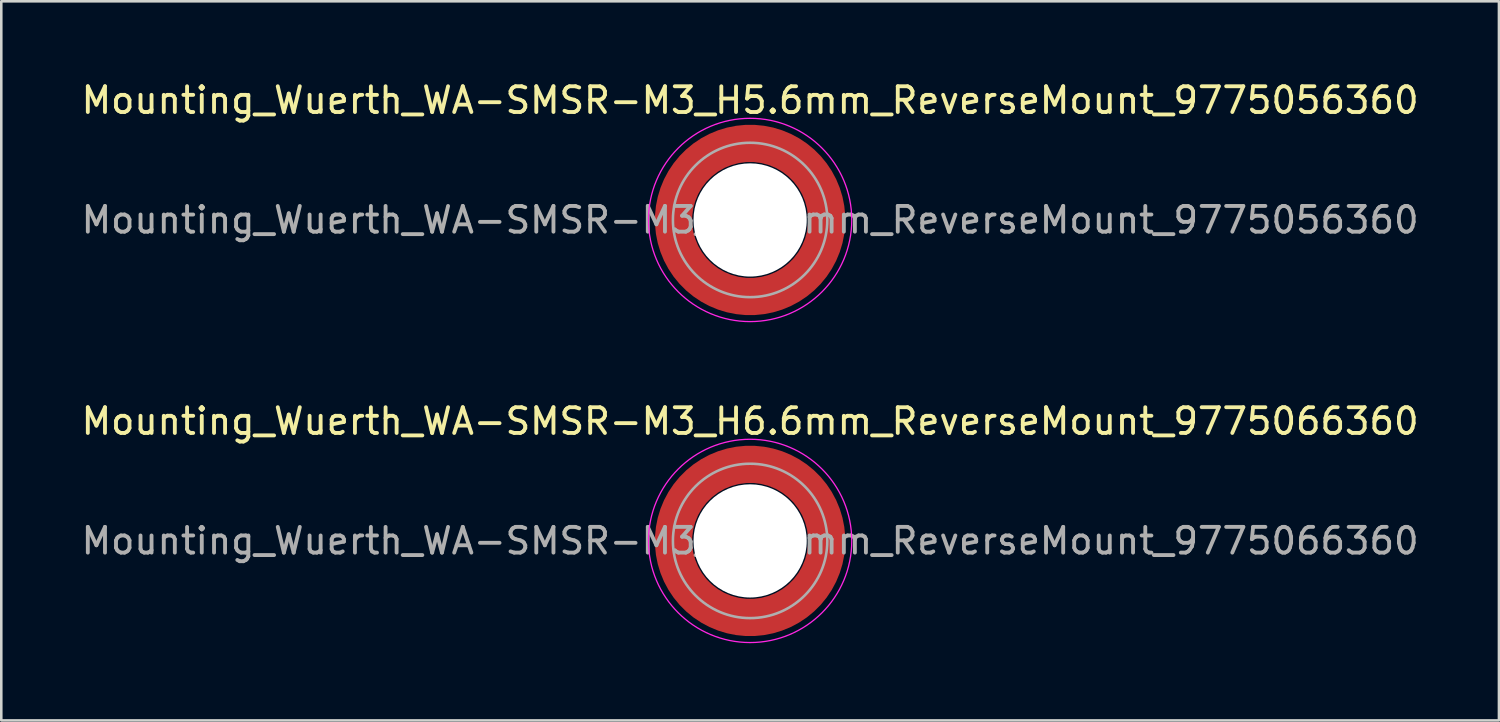
<source format=kicad_pcb>
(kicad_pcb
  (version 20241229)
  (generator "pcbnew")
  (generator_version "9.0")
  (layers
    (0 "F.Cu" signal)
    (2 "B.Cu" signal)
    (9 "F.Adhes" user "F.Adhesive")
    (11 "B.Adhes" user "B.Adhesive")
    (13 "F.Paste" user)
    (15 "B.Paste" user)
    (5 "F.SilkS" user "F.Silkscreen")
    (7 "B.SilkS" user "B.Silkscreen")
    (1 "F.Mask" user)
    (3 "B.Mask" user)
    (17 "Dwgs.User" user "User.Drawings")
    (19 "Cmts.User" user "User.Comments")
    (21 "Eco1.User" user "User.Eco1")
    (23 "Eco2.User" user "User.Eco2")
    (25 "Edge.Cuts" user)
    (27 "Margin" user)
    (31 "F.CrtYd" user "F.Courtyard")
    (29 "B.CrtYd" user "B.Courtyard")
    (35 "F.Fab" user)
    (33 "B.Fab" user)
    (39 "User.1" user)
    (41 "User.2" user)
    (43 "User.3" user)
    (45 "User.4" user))
  (footprint "Mounting_Wuerth_WA-SMSR-M3_H5.6mm_ReverseMount_9775056360"
    (layer "F.Cu")
    (at 26.101 5.498)
    (property "Reference" "Mounting_Wuerth_WA-SMSR-M3_H5.6mm_ReverseMount_9775056360" (at 0 -4.65 0) (layer "F.SilkS") (effects (font (size 1 1) (thickness 0.15))))
    (attr smd allow_soldermask_bridges)
    (fp_circle (center 0 0) (end 3.95 0) (stroke (width 0.05) (type solid)) (fill no) (layer "F.CrtYd"))
    (fp_circle (center 0 0) (end 3 0) (stroke (width 0.1) (type solid)) (fill no) (layer "F.Fab"))
    (fp_text user "${REFERENCE}" (at 0 0 0) (layer "F.Fab") (effects (font (size 1 1) (thickness 0.15))))
    (pad "" smd custom (at -2.095 -2.095) (size 0.672 0.672) (layers "F.Paste") (options (anchor circle)) (primitives (gr_arc (start -0.24231 1.594804) (mid 0.404819 0.404819) (end 1.594804 -0.24231) (width 0.2)) (gr_arc (start -0.3398 1.594804) (mid 0.337349 0.337349) (end 1.594804 -0.3398) (width 0.2)) (gr_arc (start -0.437132 1.594804) (mid 0.269879 0.269879) (end 1.594804 -0.437132) (width 0.2)) (gr_arc (start -0.534324 1.594804) (mid 0.202409 0.202409) (end 1.594804 -0.534324) (width 0.2)) (gr_arc (start -0.631391 1.594804) (mid 0.13494 0.13494) (end 1.594804 -0.631391) (width 0.2)) (gr_arc (start -0.728345 1.594804) (mid 0.06747 0.06747) (end 1.594804 -0.728345) (width 0.2)) (gr_arc (start -0.825197 1.594804) (mid 0 0) (end 1.594804 -0.825197) (width 0.2)) (gr_arc (start -0.921958 1.594804) (mid -0.06747 -0.06747) (end 1.594804 -0.921958) (width 0.2)) (gr_arc (start -1.018637 1.594804) (mid -0.13494 -0.13494) (end 1.594804 -1.018637) (width 0.2)) (gr_arc (start -1.115239 1.594804) (mid -0.202409 -0.202409) (end 1.594804 -1.115239) (width 0.2)) (gr_arc (start -1.211773 1.594804) (mid -0.269879 -0.269879) (end 1.594804 -1.211773) (width 0.2)) (gr_arc (start -1.308244 1.594804) (mid -0.337349 -0.337349) (end 1.594804 -1.308244) (width 0.2)) (gr_arc (start -1.404657 1.594804) (mid -0.404819 -0.404819) (end 1.594804 -1.404657) (width 0.2)) (gr_arc (start -1.404657 1.594804) (mid -0.404819 -0.404819) (end 1.594804 -1.404657) (width 0.2)) (gr_line (start 1.595 -0.242) (end 1.595 -1.405) (width 0.2)) (gr_line (start -0.242 1.595) (end -1.405 1.595) (width 0.2))))
    (pad "" smd custom (at -2.095 2.095) (size 0.672 0.672) (layers "F.Paste") (options (anchor circle)) (primitives (gr_arc (start 1.594804 0.24231) (mid 0.404819 -0.404819) (end -0.24231 -1.594804) (width 0.2)) (gr_arc (start 1.594804 0.3398) (mid 0.337349 -0.337349) (end -0.3398 -1.594804) (width 0.2)) (gr_arc (start 1.594804 0.437132) (mid 0.269879 -0.269879) (end -0.437132 -1.594804) (width 0.2)) (gr_arc (start 1.594804 0.534324) (mid 0.202409 -0.202409) (end -0.534324 -1.594804) (width 0.2)) (gr_arc (start 1.594804 0.631391) (mid 0.13494 -0.13494) (end -0.631391 -1.594804) (width 0.2)) (gr_arc (start 1.594804 0.728345) (mid 0.06747 -0.06747) (end -0.728345 -1.594804) (width 0.2)) (gr_arc (start 1.594804 0.825197) (mid 0 0) (end -0.825197 -1.594804) (width 0.2)) (gr_arc (start 1.594804 0.921958) (mid -0.06747 0.06747) (end -0.921958 -1.594804) (width 0.2)) (gr_arc (start 1.594804 1.018637) (mid -0.13494 0.13494) (end -1.018637 -1.594804) (width 0.2)) (gr_arc (start 1.594804 1.115239) (mid -0.202409 0.202409) (end -1.115239 -1.594804) (width 0.2)) (gr_arc (start 1.594804 1.211773) (mid -0.269879 0.269879) (end -1.211773 -1.594804) (width 0.2)) (gr_arc (start 1.594804 1.308244) (mid -0.337349 0.337349) (end -1.308244 -1.594804) (width 0.2)) (gr_arc (start 1.594804 1.404657) (mid -0.404819 0.404819) (end -1.404657 -1.594804) (width 0.2)) (gr_arc (start 1.594804 1.404657) (mid -0.404819 0.404819) (end -1.404657 -1.594804) (width 0.2)) (gr_line (start -0.242 -1.595) (end -1.405 -1.595) (width 0.2)) (gr_line (start 1.595 0.242) (end 1.595 1.405) (width 0.2))))
    (pad "" np_thru_hole circle (at 0 0) (size 4.4 4.4) (drill 4.4) (layers "*.Cu" "*.Mask"))
    (pad "" smd custom (at 2.095 -2.095) (size 0.672 0.672) (layers "F.Paste") (options (anchor circle)) (primitives (gr_arc (start -1.594804 -0.24231) (mid -0.404819 0.404819) (end 0.24231 1.594804) (width 0.2)) (gr_arc (start -1.594804 -0.3398) (mid -0.337349 0.337349) (end 0.3398 1.594804) (width 0.2)) (gr_arc (start -1.594804 -0.437132) (mid -0.269879 0.269879) (end 0.437132 1.594804) (width 0.2)) (gr_arc (start -1.594804 -0.534324) (mid -0.202409 0.202409) (end 0.534324 1.594804) (width 0.2)) (gr_arc (start -1.594804 -0.631391) (mid -0.13494 0.13494) (end 0.631391 1.594804) (width 0.2)) (gr_arc (start -1.594804 -0.728345) (mid -0.06747 0.06747) (end 0.728345 1.594804) (width 0.2)) (gr_arc (start -1.594804 -0.825197) (mid 0 0) (end 0.825197 1.594804) (width 0.2)) (gr_arc (start -1.594804 -0.921958) (mid 0.06747 -0.06747) (end 0.921958 1.594804) (width 0.2)) (gr_arc (start -1.594804 -1.018637) (mid 0.13494 -0.13494) (end 1.018637 1.594804) (width 0.2)) (gr_arc (start -1.594804 -1.115239) (mid 0.202409 -0.202409) (end 1.115239 1.594804) (width 0.2)) (gr_arc (start -1.594804 -1.211773) (mid 0.269879 -0.269879) (end 1.211773 1.594804) (width 0.2)) (gr_arc (start -1.594804 -1.308244) (mid 0.337349 -0.337349) (end 1.308244 1.594804) (width 0.2)) (gr_arc (start -1.594804 -1.404657) (mid 0.404819 -0.404819) (end 1.404657 1.594804) (width 0.2)) (gr_arc (start -1.594804 -1.404657) (mid 0.404819 -0.404819) (end 1.404657 1.594804) (width 0.2)) (gr_line (start 0.242 1.595) (end 1.405 1.595) (width 0.2)) (gr_line (start -1.595 -0.242) (end -1.595 -1.405) (width 0.2))))
    (pad "" smd custom (at 2.095 2.095) (size 0.672 0.672) (layers "F.Paste") (options (anchor circle)) (primitives (gr_arc (start 0.24231 -1.594804) (mid -0.404819 -0.404819) (end -1.594804 0.24231) (width 0.2)) (gr_arc (start 0.3398 -1.594804) (mid -0.337349 -0.337349) (end -1.594804 0.3398) (width 0.2)) (gr_arc (start 0.437132 -1.594804) (mid -0.269879 -0.269879) (end -1.594804 0.437132) (width 0.2)) (gr_arc (start 0.534324 -1.594804) (mid -0.202409 -0.202409) (end -1.594804 0.534324) (width 0.2)) (gr_arc (start 0.631391 -1.594804) (mid -0.13494 -0.13494) (end -1.594804 0.631391) (width 0.2)) (gr_arc (start 0.728345 -1.594804) (mid -0.06747 -0.06747) (end -1.594804 0.728345) (width 0.2)) (gr_arc (start 0.825197 -1.594804) (mid 0 0) (end -1.594804 0.825197) (width 0.2)) (gr_arc (start 0.921958 -1.594804) (mid 0.06747 0.06747) (end -1.594804 0.921958) (width 0.2)) (gr_arc (start 1.018637 -1.594804) (mid 0.13494 0.13494) (end -1.594804 1.018637) (width 0.2)) (gr_arc (start 1.115239 -1.594804) (mid 0.202409 0.202409) (end -1.594804 1.115239) (width 0.2)) (gr_arc (start 1.211773 -1.594804) (mid 0.269879 0.269879) (end -1.594804 1.211773) (width 0.2)) (gr_arc (start 1.308244 -1.594804) (mid 0.337349 0.337349) (end -1.594804 1.308244) (width 0.2)) (gr_arc (start 1.404657 -1.594804) (mid 0.404819 0.404819) (end -1.594804 1.404657) (width 0.2)) (gr_arc (start 1.404657 -1.594804) (mid 0.404819 0.404819) (end -1.594804 1.404657) (width 0.2)) (gr_line (start -1.595 0.242) (end -1.595 1.405) (width 0.2)) (gr_line (start 0.242 -1.595) (end 1.405 -1.595) (width 0.2))))
    (pad "1" smd circle (at -2.975 0) (size 0.942 0.942) (layers "F.Cu"))
    (pad "1" smd circle (at 0 -2.975) (size 0.942 0.942) (layers "F.Cu"))
    (pad "1" smd circle (at 0 2.975) (size 0.942 0.942) (layers "F.Cu"))
    (pad "1" smd custom (at 2.975 0) (size 1.45 1.45) (layers "F.Cu" "F.Mask") (options (anchor circle)) (primitives (gr_circle (center -2.975 0) (end 0 0) (width 1.45) (fill no)))))
  (footprint "Mounting_Wuerth_WA-SMSR-M3_H6.6mm_ReverseMount_9775066360"
    (layer "F.Cu")
    (at 26.101 17.971)
    (property "Reference" "Mounting_Wuerth_WA-SMSR-M3_H6.6mm_ReverseMount_9775066360" (at 0 -4.65 0) (layer "F.SilkS") (effects (font (size 1 1) (thickness 0.15))))
    (attr smd allow_soldermask_bridges)
    (fp_circle (center 0 0) (end 3.95 0) (stroke (width 0.05) (type solid)) (fill no) (layer "F.CrtYd"))
    (fp_circle (center 0 0) (end 3 0) (stroke (width 0.1) (type solid)) (fill no) (layer "F.Fab"))
    (fp_text user "${REFERENCE}" (at 0 0 0) (layer "F.Fab") (effects (font (size 1 1) (thickness 0.15))))
    (pad "" smd custom (at -2.095 -2.095) (size 0.672 0.672) (layers "F.Paste") (options (anchor circle)) (primitives (gr_arc (start -0.24231 1.594804) (mid 0.404819 0.404819) (end 1.594804 -0.24231) (width 0.2)) (gr_arc (start -0.3398 1.594804) (mid 0.337349 0.337349) (end 1.594804 -0.3398) (width 0.2)) (gr_arc (start -0.437132 1.594804) (mid 0.269879 0.269879) (end 1.594804 -0.437132) (width 0.2)) (gr_arc (start -0.534324 1.594804) (mid 0.202409 0.202409) (end 1.594804 -0.534324) (width 0.2)) (gr_arc (start -0.631391 1.594804) (mid 0.13494 0.13494) (end 1.594804 -0.631391) (width 0.2)) (gr_arc (start -0.728345 1.594804) (mid 0.06747 0.06747) (end 1.594804 -0.728345) (width 0.2)) (gr_arc (start -0.825197 1.594804) (mid 0 0) (end 1.594804 -0.825197) (width 0.2)) (gr_arc (start -0.921958 1.594804) (mid -0.06747 -0.06747) (end 1.594804 -0.921958) (width 0.2)) (gr_arc (start -1.018637 1.594804) (mid -0.13494 -0.13494) (end 1.594804 -1.018637) (width 0.2)) (gr_arc (start -1.115239 1.594804) (mid -0.202409 -0.202409) (end 1.594804 -1.115239) (width 0.2)) (gr_arc (start -1.211773 1.594804) (mid -0.269879 -0.269879) (end 1.594804 -1.211773) (width 0.2)) (gr_arc (start -1.308244 1.594804) (mid -0.337349 -0.337349) (end 1.594804 -1.308244) (width 0.2)) (gr_arc (start -1.404657 1.594804) (mid -0.404819 -0.404819) (end 1.594804 -1.404657) (width 0.2)) (gr_arc (start -1.404657 1.594804) (mid -0.404819 -0.404819) (end 1.594804 -1.404657) (width 0.2)) (gr_line (start 1.595 -0.242) (end 1.595 -1.405) (width 0.2)) (gr_line (start -0.242 1.595) (end -1.405 1.595) (width 0.2))))
    (pad "" smd custom (at -2.095 2.095) (size 0.672 0.672) (layers "F.Paste") (options (anchor circle)) (primitives (gr_arc (start 1.594804 0.24231) (mid 0.404819 -0.404819) (end -0.24231 -1.594804) (width 0.2)) (gr_arc (start 1.594804 0.3398) (mid 0.337349 -0.337349) (end -0.3398 -1.594804) (width 0.2)) (gr_arc (start 1.594804 0.437132) (mid 0.269879 -0.269879) (end -0.437132 -1.594804) (width 0.2)) (gr_arc (start 1.594804 0.534324) (mid 0.202409 -0.202409) (end -0.534324 -1.594804) (width 0.2)) (gr_arc (start 1.594804 0.631391) (mid 0.13494 -0.13494) (end -0.631391 -1.594804) (width 0.2)) (gr_arc (start 1.594804 0.728345) (mid 0.06747 -0.06747) (end -0.728345 -1.594804) (width 0.2)) (gr_arc (start 1.594804 0.825197) (mid 0 0) (end -0.825197 -1.594804) (width 0.2)) (gr_arc (start 1.594804 0.921958) (mid -0.06747 0.06747) (end -0.921958 -1.594804) (width 0.2)) (gr_arc (start 1.594804 1.018637) (mid -0.13494 0.13494) (end -1.018637 -1.594804) (width 0.2)) (gr_arc (start 1.594804 1.115239) (mid -0.202409 0.202409) (end -1.115239 -1.594804) (width 0.2)) (gr_arc (start 1.594804 1.211773) (mid -0.269879 0.269879) (end -1.211773 -1.594804) (width 0.2)) (gr_arc (start 1.594804 1.308244) (mid -0.337349 0.337349) (end -1.308244 -1.594804) (width 0.2)) (gr_arc (start 1.594804 1.404657) (mid -0.404819 0.404819) (end -1.404657 -1.594804) (width 0.2)) (gr_arc (start 1.594804 1.404657) (mid -0.404819 0.404819) (end -1.404657 -1.594804) (width 0.2)) (gr_line (start -0.242 -1.595) (end -1.405 -1.595) (width 0.2)) (gr_line (start 1.595 0.242) (end 1.595 1.405) (width 0.2))))
    (pad "" np_thru_hole circle (at 0 0) (size 4.4 4.4) (drill 4.4) (layers "*.Cu" "*.Mask"))
    (pad "" smd custom (at 2.095 -2.095) (size 0.672 0.672) (layers "F.Paste") (options (anchor circle)) (primitives (gr_arc (start -1.594804 -0.24231) (mid -0.404819 0.404819) (end 0.24231 1.594804) (width 0.2)) (gr_arc (start -1.594804 -0.3398) (mid -0.337349 0.337349) (end 0.3398 1.594804) (width 0.2)) (gr_arc (start -1.594804 -0.437132) (mid -0.269879 0.269879) (end 0.437132 1.594804) (width 0.2)) (gr_arc (start -1.594804 -0.534324) (mid -0.202409 0.202409) (end 0.534324 1.594804) (width 0.2)) (gr_arc (start -1.594804 -0.631391) (mid -0.13494 0.13494) (end 0.631391 1.594804) (width 0.2)) (gr_arc (start -1.594804 -0.728345) (mid -0.06747 0.06747) (end 0.728345 1.594804) (width 0.2)) (gr_arc (start -1.594804 -0.825197) (mid 0 0) (end 0.825197 1.594804) (width 0.2)) (gr_arc (start -1.594804 -0.921958) (mid 0.06747 -0.06747) (end 0.921958 1.594804) (width 0.2)) (gr_arc (start -1.594804 -1.018637) (mid 0.13494 -0.13494) (end 1.018637 1.594804) (width 0.2)) (gr_arc (start -1.594804 -1.115239) (mid 0.202409 -0.202409) (end 1.115239 1.594804) (width 0.2)) (gr_arc (start -1.594804 -1.211773) (mid 0.269879 -0.269879) (end 1.211773 1.594804) (width 0.2)) (gr_arc (start -1.594804 -1.308244) (mid 0.337349 -0.337349) (end 1.308244 1.594804) (width 0.2)) (gr_arc (start -1.594804 -1.404657) (mid 0.404819 -0.404819) (end 1.404657 1.594804) (width 0.2)) (gr_arc (start -1.594804 -1.404657) (mid 0.404819 -0.404819) (end 1.404657 1.594804) (width 0.2)) (gr_line (start 0.242 1.595) (end 1.405 1.595) (width 0.2)) (gr_line (start -1.595 -0.242) (end -1.595 -1.405) (width 0.2))))
    (pad "" smd custom (at 2.095 2.095) (size 0.672 0.672) (layers "F.Paste") (options (anchor circle)) (primitives (gr_arc (start 0.24231 -1.594804) (mid -0.404819 -0.404819) (end -1.594804 0.24231) (width 0.2)) (gr_arc (start 0.3398 -1.594804) (mid -0.337349 -0.337349) (end -1.594804 0.3398) (width 0.2)) (gr_arc (start 0.437132 -1.594804) (mid -0.269879 -0.269879) (end -1.594804 0.437132) (width 0.2)) (gr_arc (start 0.534324 -1.594804) (mid -0.202409 -0.202409) (end -1.594804 0.534324) (width 0.2)) (gr_arc (start 0.631391 -1.594804) (mid -0.13494 -0.13494) (end -1.594804 0.631391) (width 0.2)) (gr_arc (start 0.728345 -1.594804) (mid -0.06747 -0.06747) (end -1.594804 0.728345) (width 0.2)) (gr_arc (start 0.825197 -1.594804) (mid 0 0) (end -1.594804 0.825197) (width 0.2)) (gr_arc (start 0.921958 -1.594804) (mid 0.06747 0.06747) (end -1.594804 0.921958) (width 0.2)) (gr_arc (start 1.018637 -1.594804) (mid 0.13494 0.13494) (end -1.594804 1.018637) (width 0.2)) (gr_arc (start 1.115239 -1.594804) (mid 0.202409 0.202409) (end -1.594804 1.115239) (width 0.2)) (gr_arc (start 1.211773 -1.594804) (mid 0.269879 0.269879) (end -1.594804 1.211773) (width 0.2)) (gr_arc (start 1.308244 -1.594804) (mid 0.337349 0.337349) (end -1.594804 1.308244) (width 0.2)) (gr_arc (start 1.404657 -1.594804) (mid 0.404819 0.404819) (end -1.594804 1.404657) (width 0.2)) (gr_arc (start 1.404657 -1.594804) (mid 0.404819 0.404819) (end -1.594804 1.404657) (width 0.2)) (gr_line (start -1.595 0.242) (end -1.595 1.405) (width 0.2)) (gr_line (start 0.242 -1.595) (end 1.405 -1.595) (width 0.2))))
    (pad "1" smd circle (at -2.975 0) (size 0.942 0.942) (layers "F.Cu"))
    (pad "1" smd circle (at 0 -2.975) (size 0.942 0.942) (layers "F.Cu"))
    (pad "1" smd circle (at 0 2.975) (size 0.942 0.942) (layers "F.Cu"))
    (pad "1" smd custom (at 2.975 0) (size 1.45 1.45) (layers "F.Cu" "F.Mask") (options (anchor circle)) (primitives (gr_circle (center -2.975 0) (end 0 0) (width 1.45) (fill no)))))
  (gr_rect
    (start -3 -3)
    (end 55.202 24.947)
    (stroke (width 0.1) (type default))
    (fill no)
    (layer "Edge.Cuts")))
</source>
